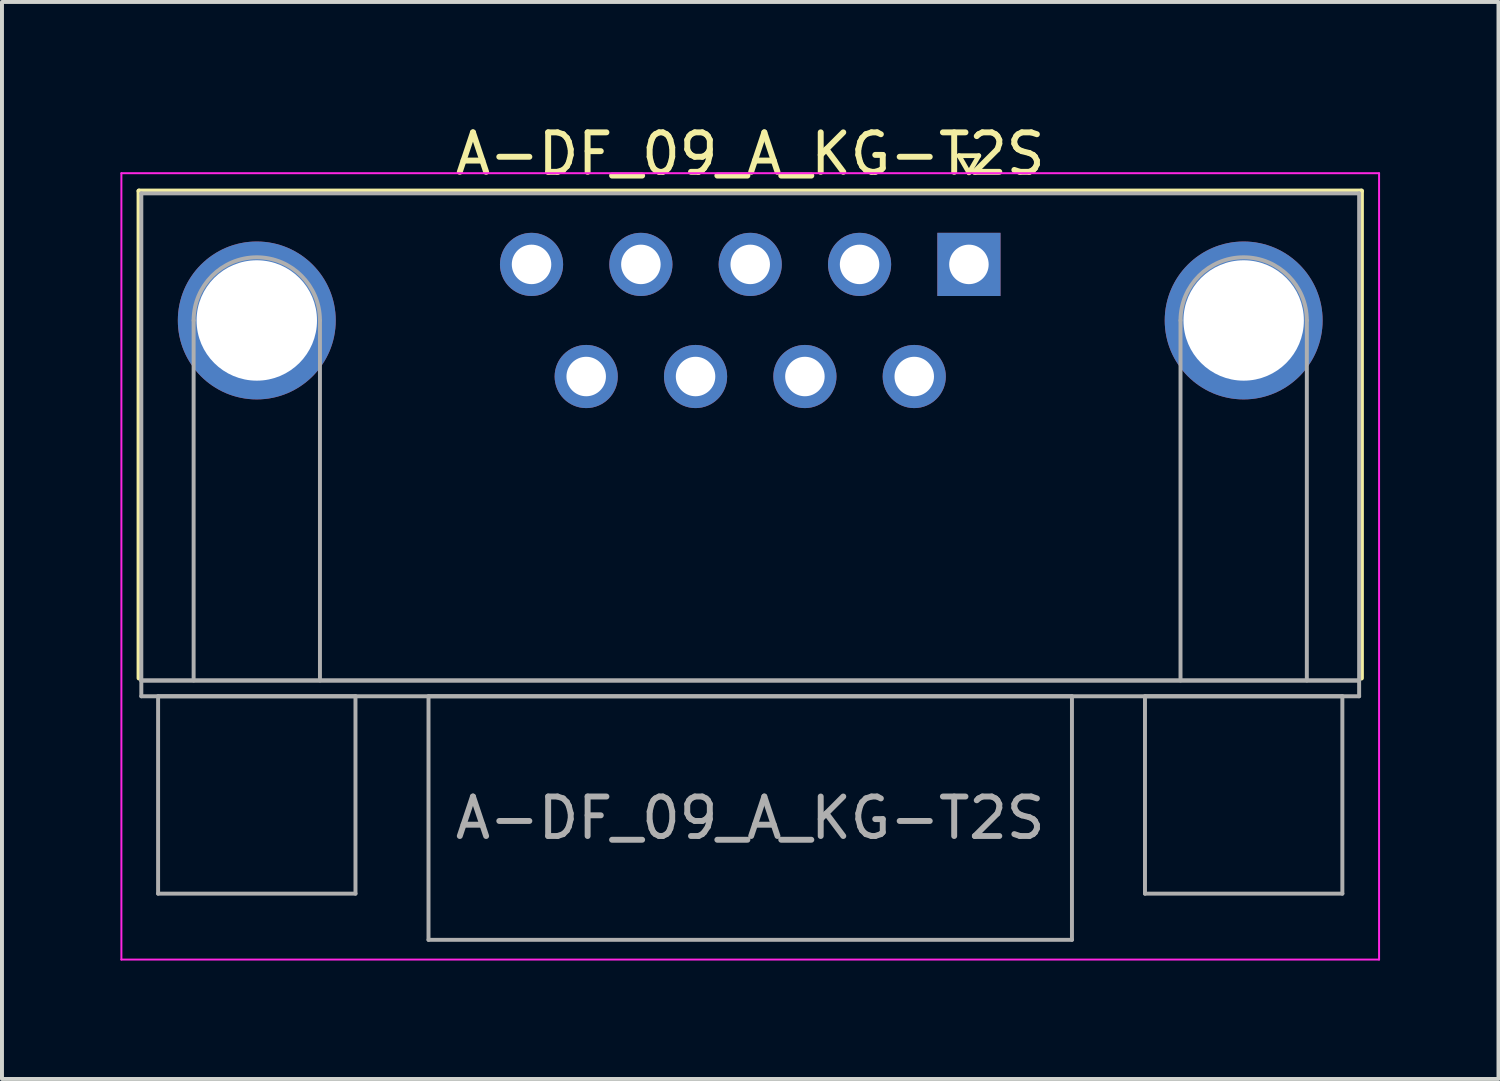
<source format=kicad_pcb>
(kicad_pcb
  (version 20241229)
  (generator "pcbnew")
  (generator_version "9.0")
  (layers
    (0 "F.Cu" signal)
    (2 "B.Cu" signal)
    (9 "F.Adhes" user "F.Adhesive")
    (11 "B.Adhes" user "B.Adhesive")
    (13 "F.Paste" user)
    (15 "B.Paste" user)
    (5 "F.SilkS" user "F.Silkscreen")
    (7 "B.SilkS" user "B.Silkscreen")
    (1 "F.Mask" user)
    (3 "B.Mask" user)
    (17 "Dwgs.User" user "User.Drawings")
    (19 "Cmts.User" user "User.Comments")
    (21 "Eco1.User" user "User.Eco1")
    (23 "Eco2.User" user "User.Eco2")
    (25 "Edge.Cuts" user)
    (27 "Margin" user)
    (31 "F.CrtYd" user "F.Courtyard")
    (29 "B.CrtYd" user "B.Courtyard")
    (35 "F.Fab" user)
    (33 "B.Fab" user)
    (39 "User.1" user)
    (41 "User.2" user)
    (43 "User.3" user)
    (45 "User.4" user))
  (footprint "A-DF_09_A_KG-T2S"
    (layer "F.Cu")
    (at 21.495 3.648)
    (property "Reference" "A-DF_09_A_KG-T2S" (at -5.54 -2.8 0) (layer "F.SilkS") (effects (font (size 1 1) (thickness 0.15))))
    (attr through_hole)
    (fp_line (start -21.025 -1.86) (end 9.945 -1.86) (stroke (width 0.12) (type solid)) (layer "F.SilkS"))
    (fp_line (start -21.025 10.48) (end -21.025 -1.86) (stroke (width 0.12) (type solid)) (layer "F.SilkS"))
    (fp_line (start -0.25 -2.754) (end 0.25 -2.754) (stroke (width 0.12) (type solid)) (layer "F.SilkS"))
    (fp_line (start 0 -2.321) (end -0.25 -2.754) (stroke (width 0.12) (type solid)) (layer "F.SilkS"))
    (fp_line (start 0.25 -2.754) (end 0 -2.321) (stroke (width 0.12) (type solid)) (layer "F.SilkS"))
    (fp_line (start 9.945 -1.86) (end 9.945 10.48) (stroke (width 0.12) (type solid)) (layer "F.SilkS"))
    (fp_line (start -21.47 -2.31) (end -21.47 17.61) (stroke (width 0.05) (type solid)) (layer "F.CrtYd"))
    (fp_line (start -21.47 17.61) (end 10.39 17.61) (stroke (width 0.05) (type solid)) (layer "F.CrtYd"))
    (fp_line (start 10.39 -2.31) (end -21.47 -2.31) (stroke (width 0.05) (type solid)) (layer "F.CrtYd"))
    (fp_line (start 10.39 17.61) (end 10.39 -2.31) (stroke (width 0.05) (type solid)) (layer "F.CrtYd"))
    (fp_line (start -20.965 -1.8) (end -20.965 10.54) (stroke (width 0.1) (type solid)) (layer "F.Fab"))
    (fp_line (start -20.965 10.54) (end -20.965 10.94) (stroke (width 0.1) (type solid)) (layer "F.Fab"))
    (fp_line (start -20.965 10.54) (end 9.885 10.54) (stroke (width 0.1) (type solid)) (layer "F.Fab"))
    (fp_line (start -20.965 10.94) (end 9.885 10.94) (stroke (width 0.1) (type solid)) (layer "F.Fab"))
    (fp_line (start -20.54 10.94) (end -20.54 15.94) (stroke (width 0.1) (type solid)) (layer "F.Fab"))
    (fp_line (start -20.54 15.94) (end -15.54 15.94) (stroke (width 0.1) (type solid)) (layer "F.Fab"))
    (fp_line (start -19.64 10.54) (end -19.64 1.42) (stroke (width 0.1) (type solid)) (layer "F.Fab"))
    (fp_line (start -16.44 10.54) (end -16.44 1.42) (stroke (width 0.1) (type solid)) (layer "F.Fab"))
    (fp_line (start -15.54 10.94) (end -20.54 10.94) (stroke (width 0.1) (type solid)) (layer "F.Fab"))
    (fp_line (start -15.54 15.94) (end -15.54 10.94) (stroke (width 0.1) (type solid)) (layer "F.Fab"))
    (fp_line (start -13.69 10.94) (end -13.69 17.11) (stroke (width 0.1) (type solid)) (layer "F.Fab"))
    (fp_line (start -13.69 17.11) (end 2.61 17.11) (stroke (width 0.1) (type solid)) (layer "F.Fab"))
    (fp_line (start 2.61 10.94) (end -13.69 10.94) (stroke (width 0.1) (type solid)) (layer "F.Fab"))
    (fp_line (start 2.61 17.11) (end 2.61 10.94) (stroke (width 0.1) (type solid)) (layer "F.Fab"))
    (fp_line (start 4.46 10.94) (end 4.46 15.94) (stroke (width 0.1) (type solid)) (layer "F.Fab"))
    (fp_line (start 4.46 15.94) (end 9.46 15.94) (stroke (width 0.1) (type solid)) (layer "F.Fab"))
    (fp_line (start 5.36 10.54) (end 5.36 1.42) (stroke (width 0.1) (type solid)) (layer "F.Fab"))
    (fp_line (start 8.56 10.54) (end 8.56 1.42) (stroke (width 0.1) (type solid)) (layer "F.Fab"))
    (fp_line (start 9.46 10.94) (end 4.46 10.94) (stroke (width 0.1) (type solid)) (layer "F.Fab"))
    (fp_line (start 9.46 15.94) (end 9.46 10.94) (stroke (width 0.1) (type solid)) (layer "F.Fab"))
    (fp_line (start 9.885 -1.8) (end -20.965 -1.8) (stroke (width 0.1) (type solid)) (layer "F.Fab"))
    (fp_line (start 9.885 10.54) (end -20.965 10.54) (stroke (width 0.1) (type solid)) (layer "F.Fab"))
    (fp_line (start 9.885 10.54) (end 9.885 -1.8) (stroke (width 0.1) (type solid)) (layer "F.Fab"))
    (fp_line (start 9.885 10.94) (end 9.885 10.54) (stroke (width 0.1) (type solid)) (layer "F.Fab"))
    (fp_arc (start -19.64 1.42) (mid -18.04 -0.18) (end -16.44 1.42) (stroke (width 0.1) (type solid)) (layer "F.Fab"))
    (fp_arc (start 5.36 1.42) (mid 6.96 -0.18) (end 8.56 1.42) (stroke (width 0.1) (type solid)) (layer "F.Fab"))
    (fp_text user "${REFERENCE}" (at -5.54 14.025 0) (layer "F.Fab") (effects (font (size 1 1) (thickness 0.15))))
    (pad "0" thru_hole circle (at -18.04 1.42) (size 4 4) (drill 3.05) (layers "*.Cu" "*.Mask"))
    (pad "0" thru_hole circle (at 6.96 1.42) (size 4 4) (drill 3.05) (layers "*.Cu" "*.Mask"))
    (pad "1" thru_hole rect (at 0 0) (size 1.6 1.6) (drill 1) (layers "*.Cu" "*.Mask"))
    (pad "2" thru_hole circle (at -2.77 0) (size 1.6 1.6) (drill 1) (layers "*.Cu" "*.Mask"))
    (pad "3" thru_hole circle (at -5.54 0) (size 1.6 1.6) (drill 1) (layers "*.Cu" "*.Mask"))
    (pad "4" thru_hole circle (at -8.31 0) (size 1.6 1.6) (drill 1) (layers "*.Cu" "*.Mask"))
    (pad "5" thru_hole circle (at -11.08 0) (size 1.6 1.6) (drill 1) (layers "*.Cu" "*.Mask"))
    (pad "6" thru_hole circle (at -1.385 2.84) (size 1.6 1.6) (drill 1) (layers "*.Cu" "*.Mask"))
    (pad "7" thru_hole circle (at -4.155 2.84) (size 1.6 1.6) (drill 1) (layers "*.Cu" "*.Mask"))
    (pad "8" thru_hole circle (at -6.925 2.84) (size 1.6 1.6) (drill 1) (layers "*.Cu" "*.Mask"))
    (pad "9" thru_hole circle (at -9.695 2.84) (size 1.6 1.6) (drill 1) (layers "*.Cu" "*.Mask")))
  (gr_rect
    (start -3 -3)
    (end 34.91 24.283)
    (stroke (width 0.1) (type default))
    (fill no)
    (layer "Edge.Cuts")))
</source>
